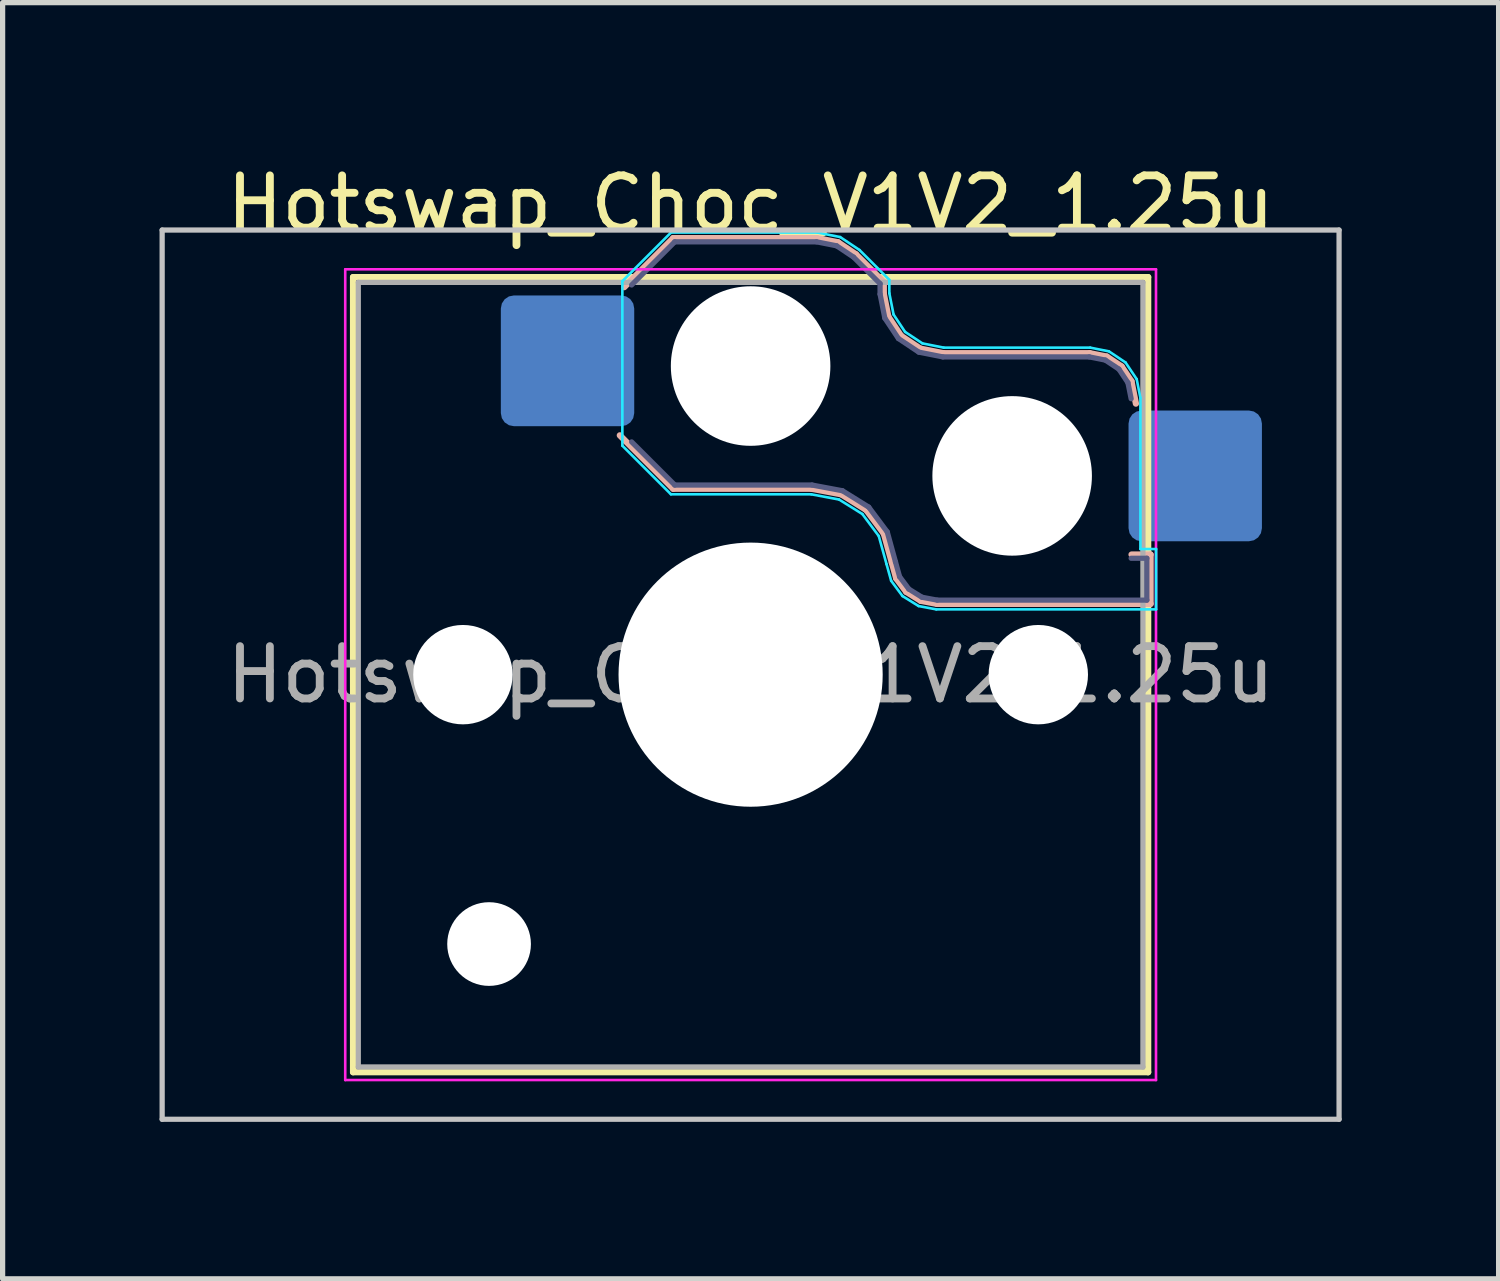
<source format=kicad_pcb>
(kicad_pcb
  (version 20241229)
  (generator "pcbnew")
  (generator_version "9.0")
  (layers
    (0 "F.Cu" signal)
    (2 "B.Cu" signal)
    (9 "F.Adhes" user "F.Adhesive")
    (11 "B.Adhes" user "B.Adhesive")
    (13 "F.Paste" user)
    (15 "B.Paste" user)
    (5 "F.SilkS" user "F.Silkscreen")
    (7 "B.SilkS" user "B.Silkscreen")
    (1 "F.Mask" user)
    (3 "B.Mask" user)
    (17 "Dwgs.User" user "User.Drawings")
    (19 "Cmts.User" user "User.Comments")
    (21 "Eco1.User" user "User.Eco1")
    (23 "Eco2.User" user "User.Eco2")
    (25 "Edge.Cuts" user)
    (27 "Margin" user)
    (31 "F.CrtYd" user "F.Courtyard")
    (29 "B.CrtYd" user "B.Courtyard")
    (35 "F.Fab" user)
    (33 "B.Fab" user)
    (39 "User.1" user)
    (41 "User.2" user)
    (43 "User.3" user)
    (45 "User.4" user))
  (footprint "Hotswap_Choc_V1V2_1.25u"
    (layer "F.Cu")
    (at 11.3 9.848)
    (property "Reference" "Hotswap_Choc_V1V2_1.25u" (at 0 -9 0) (layer "F.SilkS") (effects (font (size 1 1) (thickness 0.15))))
    (attr smd)
    (fp_line (start -7.6 -7.6) (end -7.6 7.6) (stroke (width 0.12) (type solid)) (layer "F.SilkS"))
    (fp_line (start -7.6 7.6) (end 7.6 7.6) (stroke (width 0.12) (type solid)) (layer "F.SilkS"))
    (fp_line (start 7.6 -7.6) (end -7.6 -7.6) (stroke (width 0.12) (type solid)) (layer "F.SilkS"))
    (fp_line (start 7.6 7.6) (end 7.6 -7.6) (stroke (width 0.12) (type solid)) (layer "F.SilkS"))
    (fp_line (start -2.416 -7.409) (end -1.479 -8.346) (stroke (width 0.12) (type solid)) (layer "B.SilkS"))
    (fp_line (start -1.479 -8.346) (end 1.268 -8.346) (stroke (width 0.12) (type solid)) (layer "B.SilkS"))
    (fp_line (start -1.479 -3.554) (end -2.5 -4.575) (stroke (width 0.12) (type solid)) (layer "B.SilkS"))
    (fp_line (start 1.168 -3.554) (end -1.479 -3.554) (stroke (width 0.12) (type solid)) (layer "B.SilkS"))
    (fp_line (start 1.268 -8.346) (end 1.671 -8.266) (stroke (width 0.12) (type solid)) (layer "B.SilkS"))
    (fp_line (start 1.671 -8.266) (end 2.013 -8.037) (stroke (width 0.12) (type solid)) (layer "B.SilkS"))
    (fp_line (start 1.73 -3.449) (end 1.168 -3.554) (stroke (width 0.12) (type solid)) (layer "B.SilkS"))
    (fp_line (start 2.013 -8.037) (end 2.546 -7.504) (stroke (width 0.12) (type solid)) (layer "B.SilkS"))
    (fp_line (start 2.209 -3.15) (end 1.73 -3.449) (stroke (width 0.12) (type solid)) (layer "B.SilkS"))
    (fp_line (start 2.546 -7.504) (end 2.546 -7.282) (stroke (width 0.12) (type solid)) (layer "B.SilkS"))
    (fp_line (start 2.546 -7.282) (end 2.633 -6.844) (stroke (width 0.12) (type solid)) (layer "B.SilkS"))
    (fp_line (start 2.547 -2.697) (end 2.209 -3.15) (stroke (width 0.12) (type solid)) (layer "B.SilkS"))
    (fp_line (start 2.633 -6.844) (end 2.877 -6.477) (stroke (width 0.12) (type solid)) (layer "B.SilkS"))
    (fp_line (start 2.701 -2.139) (end 2.547 -2.697) (stroke (width 0.12) (type solid)) (layer "B.SilkS"))
    (fp_line (start 2.783 -1.841) (end 2.701 -2.139) (stroke (width 0.12) (type solid)) (layer "B.SilkS"))
    (fp_line (start 2.877 -6.477) (end 3.244 -6.233) (stroke (width 0.12) (type solid)) (layer "B.SilkS"))
    (fp_line (start 2.976 -1.583) (end 2.783 -1.841) (stroke (width 0.12) (type solid)) (layer "B.SilkS"))
    (fp_line (start 3.244 -6.233) (end 3.682 -6.146) (stroke (width 0.12) (type solid)) (layer "B.SilkS"))
    (fp_line (start 3.25 -1.413) (end 2.976 -1.583) (stroke (width 0.12) (type solid)) (layer "B.SilkS"))
    (fp_line (start 3.56 -1.354) (end 3.25 -1.413) (stroke (width 0.12) (type solid)) (layer "B.SilkS"))
    (fp_line (start 3.682 -6.146) (end 6.482 -6.146) (stroke (width 0.12) (type solid)) (layer "B.SilkS"))
    (fp_line (start 6.482 -6.146) (end 6.809 -6.081) (stroke (width 0.12) (type solid)) (layer "B.SilkS"))
    (fp_line (start 6.809 -6.081) (end 7.092 -5.892) (stroke (width 0.12) (type solid)) (layer "B.SilkS"))
    (fp_line (start 7.092 -5.892) (end 7.281 -5.609) (stroke (width 0.12) (type solid)) (layer "B.SilkS"))
    (fp_line (start 7.281 -5.609) (end 7.366 -5.182) (stroke (width 0.12) (type solid)) (layer "B.SilkS"))
    (fp_line (start 7.283 -2.296) (end 7.646 -2.296) (stroke (width 0.12) (type solid)) (layer "B.SilkS"))
    (fp_line (start 7.646 -2.296) (end 7.646 -1.354) (stroke (width 0.12) (type solid)) (layer "B.SilkS"))
    (fp_line (start 7.646 -1.354) (end 3.56 -1.354) (stroke (width 0.12) (type solid)) (layer "B.SilkS"))
    (fp_line (start -11.25 -8.5) (end -11.25 8.5) (stroke (width 0.1) (type solid)) (layer "Dwgs.User"))
    (fp_line (start -11.25 8.5) (end 11.25 8.5) (stroke (width 0.1) (type solid)) (layer "Dwgs.User"))
    (fp_line (start 11.25 -8.5) (end -11.25 -8.5) (stroke (width 0.1) (type solid)) (layer "Dwgs.User"))
    (fp_line (start 11.25 8.5) (end 11.25 -8.5) (stroke (width 0.1) (type solid)) (layer "Dwgs.User"))
    (fp_line (start -7.25 -7.25) (end -7.25 7.25) (stroke (width 0.1) (type solid)) (layer "Eco1.User"))
    (fp_line (start -7.25 7.25) (end 7.25 7.25) (stroke (width 0.1) (type solid)) (layer "Eco1.User"))
    (fp_line (start 7.25 -7.25) (end -7.25 -7.25) (stroke (width 0.1) (type solid)) (layer "Eco1.User"))
    (fp_line (start 7.25 7.25) (end 7.25 -7.25) (stroke (width 0.1) (type solid)) (layer "Eco1.User"))
    (fp_line (start -2.452 -7.523) (end -1.523 -8.452) (stroke (width 0.05) (type solid)) (layer "B.CrtYd"))
    (fp_line (start -2.452 -4.377) (end -2.452 -7.523) (stroke (width 0.05) (type solid)) (layer "B.CrtYd"))
    (fp_line (start -1.523 -8.452) (end 1.278 -8.452) (stroke (width 0.05) (type solid)) (layer "B.CrtYd"))
    (fp_line (start -1.523 -3.448) (end -2.452 -4.377) (stroke (width 0.05) (type solid)) (layer "B.CrtYd"))
    (fp_line (start 1.159 -3.448) (end -1.523 -3.448) (stroke (width 0.05) (type solid)) (layer "B.CrtYd"))
    (fp_line (start 1.278 -8.452) (end 1.712 -8.366) (stroke (width 0.05) (type solid)) (layer "B.CrtYd"))
    (fp_line (start 1.691 -3.348) (end 1.159 -3.448) (stroke (width 0.05) (type solid)) (layer "B.CrtYd"))
    (fp_line (start 1.712 -8.366) (end 2.081 -8.119) (stroke (width 0.05) (type solid)) (layer "B.CrtYd"))
    (fp_line (start 2.081 -8.119) (end 2.652 -7.548) (stroke (width 0.05) (type solid)) (layer "B.CrtYd"))
    (fp_line (start 2.136 -3.071) (end 1.691 -3.348) (stroke (width 0.05) (type solid)) (layer "B.CrtYd"))
    (fp_line (start 2.45 -2.65) (end 2.136 -3.071) (stroke (width 0.05) (type solid)) (layer "B.CrtYd"))
    (fp_line (start 2.599 -2.111) (end 2.45 -2.65) (stroke (width 0.05) (type solid)) (layer "B.CrtYd"))
    (fp_line (start 2.652 -7.548) (end 2.652 -7.292) (stroke (width 0.05) (type solid)) (layer "B.CrtYd"))
    (fp_line (start 2.652 -7.292) (end 2.733 -6.885) (stroke (width 0.05) (type solid)) (layer "B.CrtYd"))
    (fp_line (start 2.687 -1.794) (end 2.599 -2.111) (stroke (width 0.05) (type solid)) (layer "B.CrtYd"))
    (fp_line (start 2.733 -6.885) (end 2.953 -6.553) (stroke (width 0.05) (type solid)) (layer "B.CrtYd"))
    (fp_line (start 2.903 -1.503) (end 2.687 -1.794) (stroke (width 0.05) (type solid)) (layer "B.CrtYd"))
    (fp_line (start 2.953 -6.553) (end 3.285 -6.333) (stroke (width 0.05) (type solid)) (layer "B.CrtYd"))
    (fp_line (start 3.211 -1.312) (end 2.903 -1.503) (stroke (width 0.05) (type solid)) (layer "B.CrtYd"))
    (fp_line (start 3.285 -6.333) (end 3.692 -6.252) (stroke (width 0.05) (type solid)) (layer "B.CrtYd"))
    (fp_line (start 3.55 -1.248) (end 3.211 -1.312) (stroke (width 0.05) (type solid)) (layer "B.CrtYd"))
    (fp_line (start 3.692 -6.252) (end 6.492 -6.252) (stroke (width 0.05) (type solid)) (layer "B.CrtYd"))
    (fp_line (start 6.492 -6.252) (end 6.85 -6.181) (stroke (width 0.05) (type solid)) (layer "B.CrtYd"))
    (fp_line (start 6.85 -6.181) (end 7.168 -5.968) (stroke (width 0.05) (type solid)) (layer "B.CrtYd"))
    (fp_line (start 7.168 -5.968) (end 7.381 -5.65) (stroke (width 0.05) (type solid)) (layer "B.CrtYd"))
    (fp_line (start 7.381 -5.65) (end 7.452 -5.292) (stroke (width 0.05) (type solid)) (layer "B.CrtYd"))
    (fp_line (start 7.452 -5.292) (end 7.452 -2.402) (stroke (width 0.05) (type solid)) (layer "B.CrtYd"))
    (fp_line (start 7.452 -2.402) (end 7.752 -2.402) (stroke (width 0.05) (type solid)) (layer "B.CrtYd"))
    (fp_line (start 7.752 -2.402) (end 7.752 -1.248) (stroke (width 0.05) (type solid)) (layer "B.CrtYd"))
    (fp_line (start 7.752 -1.248) (end 3.55 -1.248) (stroke (width 0.05) (type solid)) (layer "B.CrtYd"))
    (fp_line (start -7.75 -7.75) (end -7.75 7.75) (stroke (width 0.05) (type solid)) (layer "F.CrtYd"))
    (fp_line (start -7.75 7.75) (end 7.75 7.75) (stroke (width 0.05) (type solid)) (layer "F.CrtYd"))
    (fp_line (start 7.75 -7.75) (end -7.75 -7.75) (stroke (width 0.05) (type solid)) (layer "F.CrtYd"))
    (fp_line (start 7.75 7.75) (end 7.75 -7.75) (stroke (width 0.05) (type solid)) (layer "F.CrtYd"))
    (fp_line (start -2.275 -7.45) (end -1.45 -8.275) (stroke (width 0.1) (type solid)) (layer "B.Fab"))
    (fp_line (start -1.45 -8.275) (end 1.261 -8.275) (stroke (width 0.1) (type solid)) (layer "B.Fab"))
    (fp_line (start -1.45 -3.625) (end -2.275 -4.45) (stroke (width 0.1) (type solid)) (layer "B.Fab"))
    (fp_line (start 1.175 -3.625) (end -1.45 -3.625) (stroke (width 0.1) (type solid)) (layer "B.Fab"))
    (fp_line (start 1.261 -8.275) (end 1.643 -8.199) (stroke (width 0.1) (type solid)) (layer "B.Fab"))
    (fp_line (start 1.643 -8.199) (end 1.968 -7.982) (stroke (width 0.1) (type solid)) (layer "B.Fab"))
    (fp_line (start 1.756 -3.516) (end 1.175 -3.625) (stroke (width 0.1) (type solid)) (layer "B.Fab"))
    (fp_line (start 1.968 -7.982) (end 2.475 -7.475) (stroke (width 0.1) (type solid)) (layer "B.Fab"))
    (fp_line (start 2.258 -3.203) (end 1.756 -3.516) (stroke (width 0.1) (type solid)) (layer "B.Fab"))
    (fp_line (start 2.475 -7.475) (end 2.475 -7.275) (stroke (width 0.1) (type solid)) (layer "B.Fab"))
    (fp_line (start 2.475 -7.275) (end 2.566 -6.816) (stroke (width 0.1) (type solid)) (layer "B.Fab"))
    (fp_line (start 2.566 -6.816) (end 2.826 -6.426) (stroke (width 0.1) (type solid)) (layer "B.Fab"))
    (fp_line (start 2.612 -2.729) (end 2.258 -3.203) (stroke (width 0.1) (type solid)) (layer "B.Fab"))
    (fp_line (start 2.769 -2.158) (end 2.612 -2.729) (stroke (width 0.1) (type solid)) (layer "B.Fab"))
    (fp_line (start 2.826 -6.426) (end 3.216 -6.166) (stroke (width 0.1) (type solid)) (layer "B.Fab"))
    (fp_line (start 2.848 -1.873) (end 2.769 -2.158) (stroke (width 0.1) (type solid)) (layer "B.Fab"))
    (fp_line (start 3.025 -1.636) (end 2.848 -1.873) (stroke (width 0.1) (type solid)) (layer "B.Fab"))
    (fp_line (start 3.216 -6.166) (end 3.675 -6.075) (stroke (width 0.1) (type solid)) (layer "B.Fab"))
    (fp_line (start 3.276 -1.48) (end 3.025 -1.636) (stroke (width 0.1) (type solid)) (layer "B.Fab"))
    (fp_line (start 3.567 -1.425) (end 3.276 -1.48) (stroke (width 0.1) (type solid)) (layer "B.Fab"))
    (fp_line (start 3.675 -6.075) (end 6.475 -6.075) (stroke (width 0.1) (type solid)) (layer "B.Fab"))
    (fp_line (start 6.475 -6.075) (end 6.781 -6.014) (stroke (width 0.1) (type solid)) (layer "B.Fab"))
    (fp_line (start 6.781 -6.014) (end 7.041 -5.841) (stroke (width 0.1) (type solid)) (layer "B.Fab"))
    (fp_line (start 7.041 -5.841) (end 7.214 -5.581) (stroke (width 0.1) (type solid)) (layer "B.Fab"))
    (fp_line (start 7.214 -5.581) (end 7.275 -5.275) (stroke (width 0.1) (type solid)) (layer "B.Fab"))
    (fp_line (start 7.275 -2.225) (end 7.575 -2.225) (stroke (width 0.1) (type solid)) (layer "B.Fab"))
    (fp_line (start 7.575 -2.225) (end 7.575 -1.425) (stroke (width 0.1) (type solid)) (layer "B.Fab"))
    (fp_line (start 7.575 -1.425) (end 3.567 -1.425) (stroke (width 0.1) (type solid)) (layer "B.Fab"))
    (fp_line (start -7.5 -7.5) (end -7.5 7.5) (stroke (width 0.1) (type solid)) (layer "F.Fab"))
    (fp_line (start -7.5 7.5) (end 7.5 7.5) (stroke (width 0.1) (type solid)) (layer "F.Fab"))
    (fp_line (start 7.5 -7.5) (end -7.5 -7.5) (stroke (width 0.1) (type solid)) (layer "F.Fab"))
    (fp_line (start 7.5 7.5) (end 7.5 -7.5) (stroke (width 0.1) (type solid)) (layer "F.Fab"))
    (fp_text user "${REFERENCE}" (at 0 0 0) (layer "F.Fab") (effects (font (size 1 1) (thickness 0.15))))
    (pad "" np_thru_hole circle (at -5.5 0) (size 1.9 1.9) (drill 1.9) (layers "*.Cu" "*.Mask"))
    (pad "" np_thru_hole circle (at -5 5.15) (size 1.6 1.6) (drill 1.6) (layers "*.Cu" "*.Mask"))
    (pad "" np_thru_hole circle (at 0 -5.9) (size 3.05 3.05) (drill 3.05) (layers "*.Cu" "*.Mask"))
    (pad "" np_thru_hole circle (at 0 0) (size 5.05 5.05) (drill 5.05) (layers "*.Cu" "*.Mask"))
    (pad "" np_thru_hole circle (at 5 -3.8) (size 3.05 3.05) (drill 3.05) (layers "*.Cu" "*.Mask"))
    (pad "" np_thru_hole circle (at 5.5 0) (size 1.9 1.9) (drill 1.9) (layers "*.Cu" "*.Mask"))
    (pad "1" smd roundrect (at -3.5 -6) (size 2.55 2.5) (layers "B.Cu" "B.Mask" "B.Paste") (roundrect_rratio 0.1))
    (pad "2" smd roundrect (at 8.5 -3.8) (size 2.55 2.5) (layers "B.Cu" "B.Mask" "B.Paste") (roundrect_rratio 0.1)))
  (gr_rect
    (start -3 -3)
    (end 25.6 21.398)
    (stroke (width 0.1) (type default))
    (fill no)
    (layer "Edge.Cuts")))
</source>
